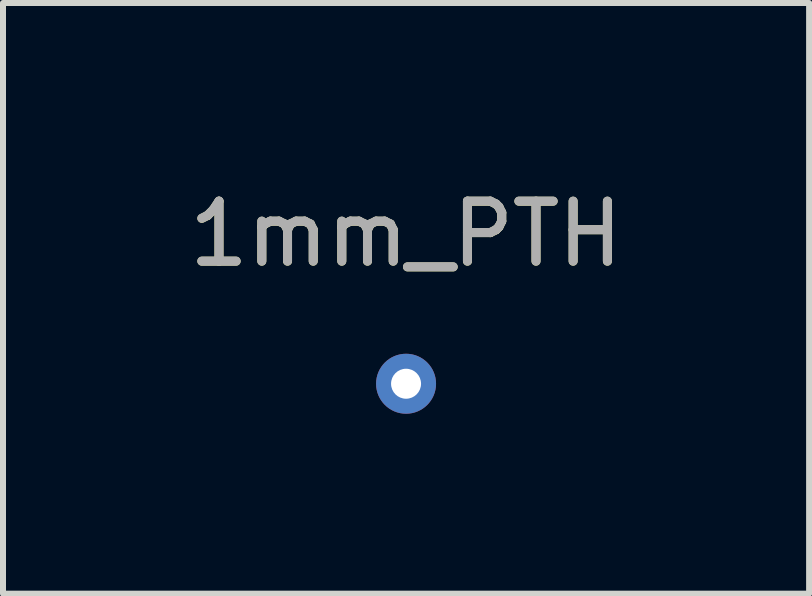
<source format=kicad_pcb>
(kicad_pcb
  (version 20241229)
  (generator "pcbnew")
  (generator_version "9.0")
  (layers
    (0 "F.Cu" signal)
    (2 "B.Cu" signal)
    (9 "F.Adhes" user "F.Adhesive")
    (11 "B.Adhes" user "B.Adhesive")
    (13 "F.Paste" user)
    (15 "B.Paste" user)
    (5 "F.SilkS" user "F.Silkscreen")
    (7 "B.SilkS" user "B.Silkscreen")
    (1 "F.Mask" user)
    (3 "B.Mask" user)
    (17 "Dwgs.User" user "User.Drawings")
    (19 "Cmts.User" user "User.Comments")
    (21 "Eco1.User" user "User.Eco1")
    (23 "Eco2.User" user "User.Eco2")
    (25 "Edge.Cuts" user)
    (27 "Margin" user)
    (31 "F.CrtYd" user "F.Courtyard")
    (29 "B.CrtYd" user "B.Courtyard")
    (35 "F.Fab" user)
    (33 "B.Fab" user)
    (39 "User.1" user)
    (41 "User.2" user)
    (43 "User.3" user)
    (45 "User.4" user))
  (footprint "1mm_PTH"
    (layer "F.Cu")
    (at 3.72 3.348)
    (property "Reference" "1mm_PTH" (at 0 -2.498 0) (layer "F.SilkS") (effects (font (size 1 1) (thickness 0.15))))
    (attr exclude_from_pos_files exclude_from_bom)
    (fp_text user "${REFERENCE}" (at 0 -2.5 0) (layer "F.Fab") (effects (font (size 1 1) (thickness 0.15))))
    (pad "1" thru_hole circle (at 0 0) (size 1 1) (drill 0.5) (layers "*.Cu" "*.Mask")))
  (gr_rect
    (start -3 -3)
    (end 10.44 6.848)
    (stroke (width 0.1) (type default))
    (fill no)
    (layer "Edge.Cuts")))
</source>
